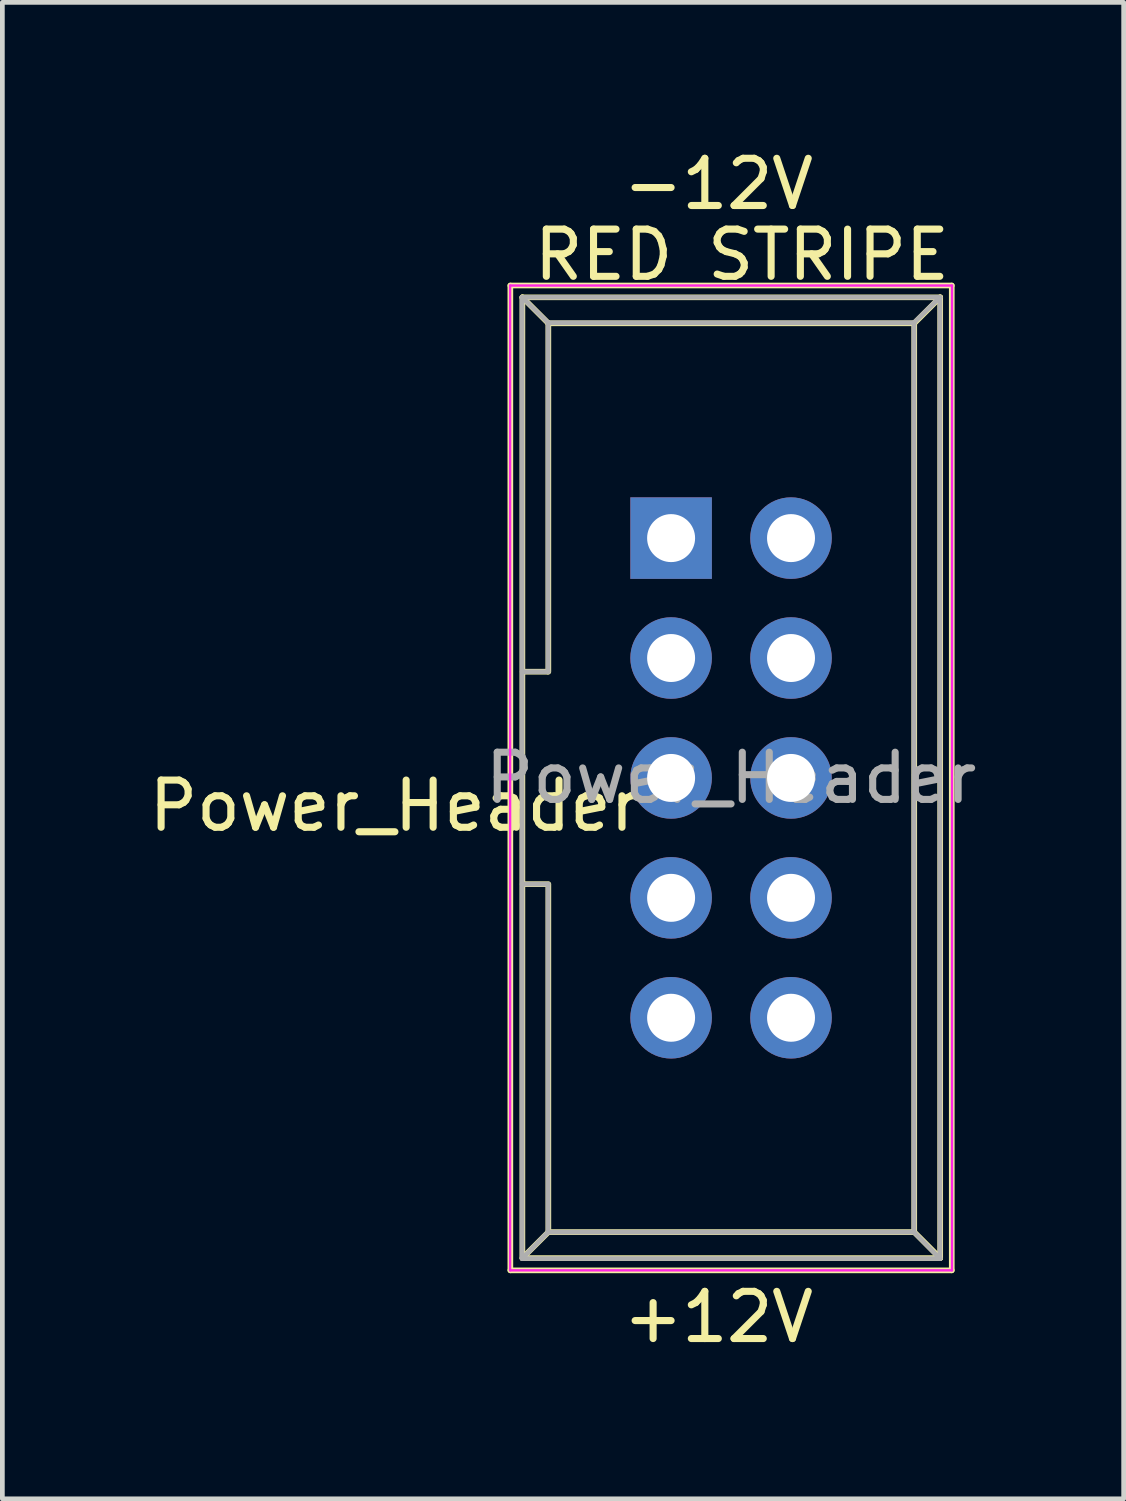
<source format=kicad_pcb>
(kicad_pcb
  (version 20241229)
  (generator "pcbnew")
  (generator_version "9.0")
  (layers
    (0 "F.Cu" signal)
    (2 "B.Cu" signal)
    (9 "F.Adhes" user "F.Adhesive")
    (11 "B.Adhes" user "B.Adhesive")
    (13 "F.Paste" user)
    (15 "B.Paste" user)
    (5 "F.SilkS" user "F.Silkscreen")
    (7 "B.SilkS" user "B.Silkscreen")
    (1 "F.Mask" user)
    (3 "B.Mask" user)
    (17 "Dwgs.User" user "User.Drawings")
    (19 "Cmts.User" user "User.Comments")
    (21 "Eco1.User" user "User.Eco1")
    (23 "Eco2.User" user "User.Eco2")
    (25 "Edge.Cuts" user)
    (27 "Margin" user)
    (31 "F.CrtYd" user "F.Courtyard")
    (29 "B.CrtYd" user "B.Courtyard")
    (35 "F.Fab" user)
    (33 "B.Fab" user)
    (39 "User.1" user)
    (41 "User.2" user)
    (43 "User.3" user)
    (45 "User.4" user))
  (footprint "Power_Header"
    (layer "F.Cu")
    (at 11.165 8.348)
    (property "Reference" "Power_Header" (at -5.85 5.67 0) (layer "F.SilkS") (effects (font (size 1 1) (thickness 0.15))))
    (attr through_hole)
    (fp_line (start -3.405 -5.35) (end 5.945 -5.35) (stroke (width 0.12) (type solid)) (layer "F.SilkS"))
    (fp_line (start -3.405 15.51) (end -3.405 -5.35) (stroke (width 0.12) (type solid)) (layer "F.SilkS"))
    (fp_line (start -3.15 -5.1) (end -2.6 -4.55) (stroke (width 0.12) (type solid)) (layer "F.SilkS"))
    (fp_line (start -3.15 -5.1) (end 5.7 -5.1) (stroke (width 0.12) (type solid)) (layer "F.SilkS"))
    (fp_line (start -3.15 15.25) (end -3.15 -5.1) (stroke (width 0.12) (type solid)) (layer "F.SilkS"))
    (fp_line (start -3.1 2.83) (end -2.62 2.83) (stroke (width 0.12) (type solid)) (layer "F.SilkS"))
    (fp_line (start -2.6 -4.55) (end 5.15 -4.55) (stroke (width 0.12) (type solid)) (layer "F.SilkS"))
    (fp_line (start -2.6 2.83) (end -2.6 -4.55) (stroke (width 0.12) (type solid)) (layer "F.SilkS"))
    (fp_line (start -2.6 7.33) (end -3.11 7.33) (stroke (width 0.12) (type solid)) (layer "F.SilkS"))
    (fp_line (start -2.6 14.7) (end -3.1 15.2) (stroke (width 0.12) (type solid)) (layer "F.SilkS"))
    (fp_line (start -2.6 14.7) (end -2.6 7.35) (stroke (width 0.12) (type solid)) (layer "F.SilkS"))
    (fp_line (start 5.15 -4.55) (end 5.15 14.7) (stroke (width 0.12) (type solid)) (layer "F.SilkS"))
    (fp_line (start 5.15 -4.55) (end 5.7 -5.1) (stroke (width 0.12) (type solid)) (layer "F.SilkS"))
    (fp_line (start 5.15 14.7) (end -2.6 14.7) (stroke (width 0.12) (type solid)) (layer "F.SilkS"))
    (fp_line (start 5.15 14.7) (end 5.7 15.25) (stroke (width 0.12) (type solid)) (layer "F.SilkS"))
    (fp_line (start 5.7 -5.1) (end 5.7 15.25) (stroke (width 0.12) (type solid)) (layer "F.SilkS"))
    (fp_line (start 5.7 15.25) (end -3.15 15.25) (stroke (width 0.12) (type solid)) (layer "F.SilkS"))
    (fp_line (start 5.945 -5.35) (end 5.945 15.51) (stroke (width 0.12) (type solid)) (layer "F.SilkS"))
    (fp_line (start 5.945 15.51) (end -3.405 15.51) (stroke (width 0.12) (type solid)) (layer "F.SilkS"))
    (fp_line (start -3.41 -5.35) (end 5.95 -5.35) (stroke (width 0.05) (type solid)) (layer "F.CrtYd"))
    (fp_line (start -3.41 15.51) (end -3.41 -5.35) (stroke (width 0.05) (type solid)) (layer "F.CrtYd"))
    (fp_line (start 5.95 -5.35) (end 5.95 15.51) (stroke (width 0.05) (type solid)) (layer "F.CrtYd"))
    (fp_line (start 5.95 15.51) (end -3.41 15.51) (stroke (width 0.05) (type solid)) (layer "F.CrtYd"))
    (fp_line (start -3.155 -5.1) (end -3.155 15.26) (stroke (width 0.1) (type solid)) (layer "F.Fab"))
    (fp_line (start -3.155 -5.1) (end -2.605 -4.56) (stroke (width 0.1) (type solid)) (layer "F.Fab"))
    (fp_line (start -3.155 15.26) (end -2.605 14.7) (stroke (width 0.1) (type solid)) (layer "F.Fab"))
    (fp_line (start -2.605 -4.56) (end -2.605 2.83) (stroke (width 0.1) (type solid)) (layer "F.Fab"))
    (fp_line (start -2.605 2.83) (end -3.155 2.83) (stroke (width 0.1) (type solid)) (layer "F.Fab"))
    (fp_line (start -2.605 7.33) (end -3.155 7.33) (stroke (width 0.1) (type solid)) (layer "F.Fab"))
    (fp_line (start -2.605 7.33) (end -2.605 14.7) (stroke (width 0.1) (type solid)) (layer "F.Fab"))
    (fp_line (start 5.145 -4.56) (end -2.605 -4.56) (stroke (width 0.1) (type solid)) (layer "F.Fab"))
    (fp_line (start 5.145 -4.56) (end 5.145 14.7) (stroke (width 0.1) (type solid)) (layer "F.Fab"))
    (fp_line (start 5.145 14.7) (end -2.605 14.7) (stroke (width 0.1) (type solid)) (layer "F.Fab"))
    (fp_line (start 5.695 -5.1) (end -3.155 -5.1) (stroke (width 0.1) (type solid)) (layer "F.Fab"))
    (fp_line (start 5.695 -5.1) (end 5.145 -4.56) (stroke (width 0.1) (type solid)) (layer "F.Fab"))
    (fp_line (start 5.695 -5.1) (end 5.695 15.26) (stroke (width 0.1) (type solid)) (layer "F.Fab"))
    (fp_line (start 5.695 15.26) (end -3.155 15.26) (stroke (width 0.1) (type solid)) (layer "F.Fab"))
    (fp_line (start 5.695 15.26) (end 5.145 14.7) (stroke (width 0.1) (type solid)) (layer "F.Fab"))
    (fp_text user "+12V" (at 1 16.5 0) (layer "F.SilkS") (effects (font (size 1 1) (thickness 0.15))))
    (fp_text user "RED STRIPE" (at 1.5 -6 0) (layer "F.SilkS") (effects (font (size 1 1) (thickness 0.15))))
    (fp_text user "-12V" (at 1 -7.5 0) (layer "F.SilkS") (effects (font (size 1 1) (thickness 0.15))))
    (fp_text user "${REFERENCE}" (at 1.27 5.08 0) (layer "F.Fab") (effects (font (size 1 1) (thickness 0.15))))
    (pad "1" thru_hole rect (at 0 0) (size 1.727 1.727) (drill 1.016) (layers "*.Cu" "*.Mask"))
    (pad "2" thru_hole oval (at 2.54 0) (size 1.727 1.727) (drill 1.016) (layers "*.Cu" "*.Mask"))
    (pad "3" thru_hole oval (at 0 2.54) (size 1.727 1.727) (drill 1.016) (layers "*.Cu" "*.Mask"))
    (pad "4" thru_hole oval (at 2.54 2.54) (size 1.727 1.727) (drill 1.016) (layers "*.Cu" "*.Mask"))
    (pad "5" thru_hole oval (at 0 5.08) (size 1.727 1.727) (drill 1.016) (layers "*.Cu" "*.Mask"))
    (pad "6" thru_hole oval (at 2.54 5.08) (size 1.727 1.727) (drill 1.016) (layers "*.Cu" "*.Mask"))
    (pad "7" thru_hole oval (at 0 7.62) (size 1.727 1.727) (drill 1.016) (layers "*.Cu" "*.Mask"))
    (pad "8" thru_hole oval (at 2.54 7.62) (size 1.727 1.727) (drill 1.016) (layers "*.Cu" "*.Mask"))
    (pad "9" thru_hole oval (at 0 10.16) (size 1.727 1.727) (drill 1.016) (layers "*.Cu" "*.Mask"))
    (pad "10" thru_hole oval (at 2.54 10.16) (size 1.727 1.727) (drill 1.016) (layers "*.Cu" "*.Mask")))
  (gr_rect
    (start -3 -3)
    (end 20.751 28.697)
    (stroke (width 0.1) (type default))
    (fill no)
    (layer "Edge.Cuts")))
</source>
